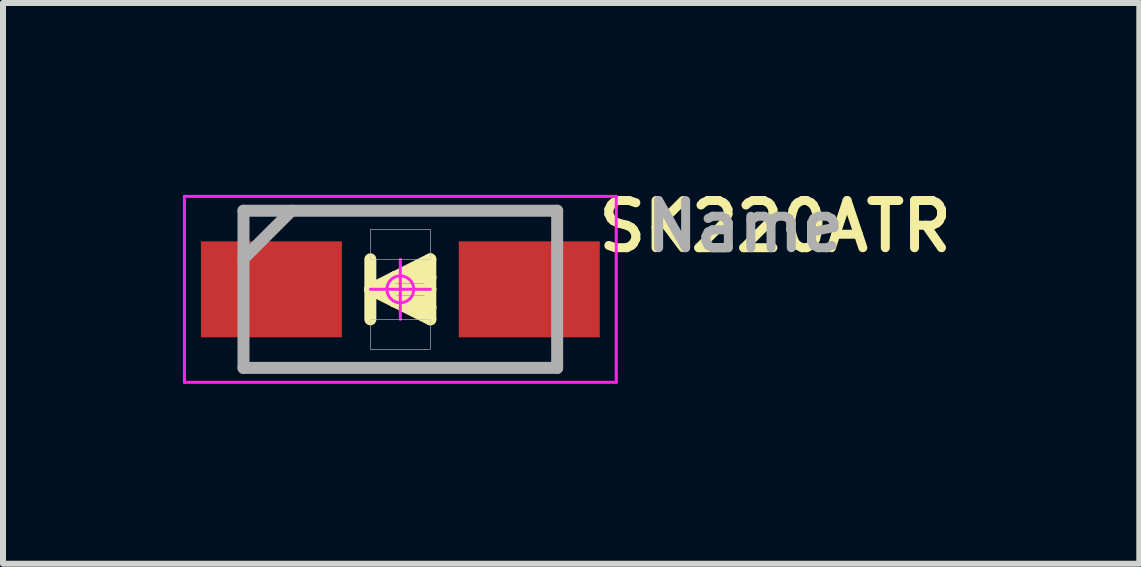
<source format=kicad_pcb>
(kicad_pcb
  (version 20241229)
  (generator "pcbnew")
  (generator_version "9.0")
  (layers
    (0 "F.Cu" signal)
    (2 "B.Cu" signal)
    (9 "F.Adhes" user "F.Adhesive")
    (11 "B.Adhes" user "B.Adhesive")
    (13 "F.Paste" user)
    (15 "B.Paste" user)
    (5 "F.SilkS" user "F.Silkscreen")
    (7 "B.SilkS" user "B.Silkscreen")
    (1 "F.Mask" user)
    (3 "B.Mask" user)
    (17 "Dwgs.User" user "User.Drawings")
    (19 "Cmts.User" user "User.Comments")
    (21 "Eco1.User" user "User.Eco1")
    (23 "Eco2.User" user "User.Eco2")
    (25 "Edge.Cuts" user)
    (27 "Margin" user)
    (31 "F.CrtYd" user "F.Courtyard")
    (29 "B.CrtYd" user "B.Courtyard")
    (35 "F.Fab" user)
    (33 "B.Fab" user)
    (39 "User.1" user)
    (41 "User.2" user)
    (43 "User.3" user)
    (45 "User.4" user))
  (footprint "SK220ATR"
    (layer "F.Cu")
    (at 3.625 1.774)
    (property "Reference" "SK220ATR" (at 6.25 -1.05 0) (layer "F.SilkS") (effects (font (size 0.787 0.787) (thickness 0.15))))
    (attr smd)
    (fp_poly (pts (xy -3.325 -0.8) (xy -0.975 -0.8) (xy -0.975 0.8) (xy -3.325 0.8)) (stroke (width 0.01) (type solid)) (fill yes) (layer "F.Mask"))
    (fp_poly (pts (xy 0.975 -0.8) (xy 3.325 -0.8) (xy 3.325 0.8) (xy 0.975 0.8)) (stroke (width 0.01) (type solid)) (fill yes) (layer "F.Mask"))
    (fp_line (start -0.5 -0.5) (end -0.5 0) (stroke (width 0.2) (type solid)) (layer "F.SilkS"))
    (fp_line (start -0.5 0) (end -0.5 0.5) (stroke (width 0.2) (type solid)) (layer "F.SilkS"))
    (fp_line (start -0.5 0) (end -0.1 -0.2) (stroke (width 0.2) (type solid)) (layer "F.SilkS"))
    (fp_line (start -0.5 0) (end 0.5 0) (stroke (width 0.2) (type solid)) (layer "F.SilkS"))
    (fp_line (start -0.1 -0.2) (end 0.4 -0.2) (stroke (width 0.2) (type solid)) (layer "F.SilkS"))
    (fp_line (start -0.1 -0.2) (end 0.5 -0.5) (stroke (width 0.2) (type solid)) (layer "F.SilkS"))
    (fp_line (start -0.1 0.2) (end -0.5 0) (stroke (width 0.2) (type solid)) (layer "F.SilkS"))
    (fp_line (start 0.4 -0.4) (end 0.4 -0.2) (stroke (width 0.2) (type solid)) (layer "F.SilkS"))
    (fp_line (start 0.4 -0.2) (end 0.5 -0.2) (stroke (width 0.2) (type solid)) (layer "F.SilkS"))
    (fp_line (start 0.4 0.2) (end -0.1 0.2) (stroke (width 0.2) (type solid)) (layer "F.SilkS"))
    (fp_line (start 0.5 -0.5) (end 0.5 -0.2) (stroke (width 0.2) (type solid)) (layer "F.SilkS"))
    (fp_line (start 0.5 -0.2) (end 0.5 0) (stroke (width 0.2) (type solid)) (layer "F.SilkS"))
    (fp_line (start 0.5 0) (end 0.5 0.3) (stroke (width 0.2) (type solid)) (layer "F.SilkS"))
    (fp_line (start 0.5 0.3) (end 0.2 0.3) (stroke (width 0.2) (type solid)) (layer "F.SilkS"))
    (fp_line (start 0.5 0.3) (end 0.5 0.5) (stroke (width 0.2) (type solid)) (layer "F.SilkS"))
    (fp_line (start 0.5 0.5) (end -0.1 0.2) (stroke (width 0.2) (type solid)) (layer "F.SilkS"))
    (fp_line (start -3.2 0.6) (end -3.2 -0.6) (stroke (width 0.1) (type solid)) (layer "F.Paste"))
    (fp_line (start -3.1 -0.7) (end -1.2 -0.7) (stroke (width 0.1) (type solid)) (layer "F.Paste"))
    (fp_line (start -1.2 0.7) (end -3.1 0.7) (stroke (width 0.1) (type solid)) (layer "F.Paste"))
    (fp_line (start -1.1 -0.6) (end -1.1 0.6) (stroke (width 0.1) (type solid)) (layer "F.Paste"))
    (fp_line (start 1.1 0.6) (end 1.1 -0.6) (stroke (width 0.1) (type solid)) (layer "F.Paste"))
    (fp_line (start 1.2 -0.7) (end 3.1 -0.7) (stroke (width 0.1) (type solid)) (layer "F.Paste"))
    (fp_line (start 3.1 0.7) (end 1.2 0.7) (stroke (width 0.1) (type solid)) (layer "F.Paste"))
    (fp_line (start 3.2 -0.6) (end 3.2 0.6) (stroke (width 0.1) (type solid)) (layer "F.Paste"))
    (fp_arc (start -3.2 -0.6) (mid -3.170711 -0.670711) (end -3.1 -0.7) (stroke (width 0.1) (type solid)) (layer "F.Paste"))
    (fp_arc (start -3.1 0.7) (mid -3.170711 0.670711) (end -3.2 0.6) (stroke (width 0.1) (type solid)) (layer "F.Paste"))
    (fp_arc (start -1.2 -0.7) (mid -1.129289 -0.670711) (end -1.1 -0.6) (stroke (width 0.1) (type solid)) (layer "F.Paste"))
    (fp_arc (start -1.1 0.6) (mid -1.129289 0.670711) (end -1.2 0.7) (stroke (width 0.1) (type solid)) (layer "F.Paste"))
    (fp_arc (start 1.1 -0.6) (mid 1.129289 -0.670711) (end 1.2 -0.7) (stroke (width 0.1) (type solid)) (layer "F.Paste"))
    (fp_arc (start 1.2 0.7) (mid 1.129289 0.670711) (end 1.1 0.6) (stroke (width 0.1) (type solid)) (layer "F.Paste"))
    (fp_arc (start 3.1 -0.7) (mid 3.170711 -0.670711) (end 3.2 -0.6) (stroke (width 0.1) (type solid)) (layer "F.Paste"))
    (fp_arc (start 3.2 0.6) (mid 3.170711 0.670711) (end 3.1 0.7) (stroke (width 0.1) (type solid)) (layer "F.Paste"))
    (fp_poly (pts (xy -3.2 -0.7) (xy -1.1 -0.7) (xy -1.1 0.7) (xy -3.2 0.7)) (stroke (width 0.01) (type solid)) (fill yes) (layer "F.Paste"))
    (fp_poly (pts (xy 1.1 -0.7) (xy 3.2 -0.7) (xy 3.2 0.7) (xy 1.1 0.7)) (stroke (width 0.01) (type solid)) (fill yes) (layer "F.Paste"))
    (fp_poly (pts (xy -0.5 -1) (xy 0.5 -1) (xy 0.5 -0.5) (xy -0.5 -0.5)) (stroke (width 0.01) (type solid)) (fill no) (layer "Dwgs.User"))
    (fp_poly (pts (xy -0.5 0.5) (xy 0.5 0.5) (xy 0.5 1) (xy -0.5 1)) (stroke (width 0.01) (type solid)) (fill no) (layer "Dwgs.User"))
    (fp_line (start -3.6 -1.55) (end -3.6 1.55) (stroke (width 0.05) (type solid)) (layer "F.CrtYd"))
    (fp_line (start -3.6 1.55) (end 3.6 1.55) (stroke (width 0.05) (type solid)) (layer "F.CrtYd"))
    (fp_line (start -0.5 0) (end 0.5 0) (stroke (width 0.05) (type solid)) (layer "F.CrtYd"))
    (fp_line (start 0 -0.5) (end 0 0.5) (stroke (width 0.05) (type solid)) (layer "F.CrtYd"))
    (fp_line (start 3.6 -1.55) (end -3.6 -1.55) (stroke (width 0.05) (type solid)) (layer "F.CrtYd"))
    (fp_line (start 3.6 1.55) (end 3.6 -1.55) (stroke (width 0.05) (type solid)) (layer "F.CrtYd"))
    (fp_circle (center 0 0) (end 0.224 0) (stroke (width 0.05) (type solid)) (fill no) (layer "F.CrtYd"))
    (fp_line (start -2.615 -1.31) (end 2.615 -1.31) (stroke (width 0.2) (type solid)) (layer "F.Fab"))
    (fp_line (start -2.615 -0.51) (end -1.815 -1.31) (stroke (width 0.2) (type solid)) (layer "F.Fab"))
    (fp_line (start -2.615 1.31) (end -2.615 -1.31) (stroke (width 0.2) (type solid)) (layer "F.Fab"))
    (fp_line (start 2.615 -1.31) (end 2.615 1.31) (stroke (width 0.2) (type solid)) (layer "F.Fab"))
    (fp_line (start 2.615 1.31) (end -2.615 1.31) (stroke (width 0.2) (type solid)) (layer "F.Fab"))
    (fp_text user "Name" (at 5.75 -1.05 0) (layer "F.Fab") (effects (font (size 0.787 0.787) (thickness 0.15))))
    (pad "1" smd rect (at -2.15 0) (size 2.35 1.6) (layers "F.Cu"))
    (pad "2" smd rect (at 2.15 0) (size 2.35 1.6) (layers "F.Cu")))
  (gr_rect
    (start -3 -3)
    (end 15.946 6.349)
    (stroke (width 0.1) (type default))
    (fill no)
    (layer "Edge.Cuts")))
</source>
